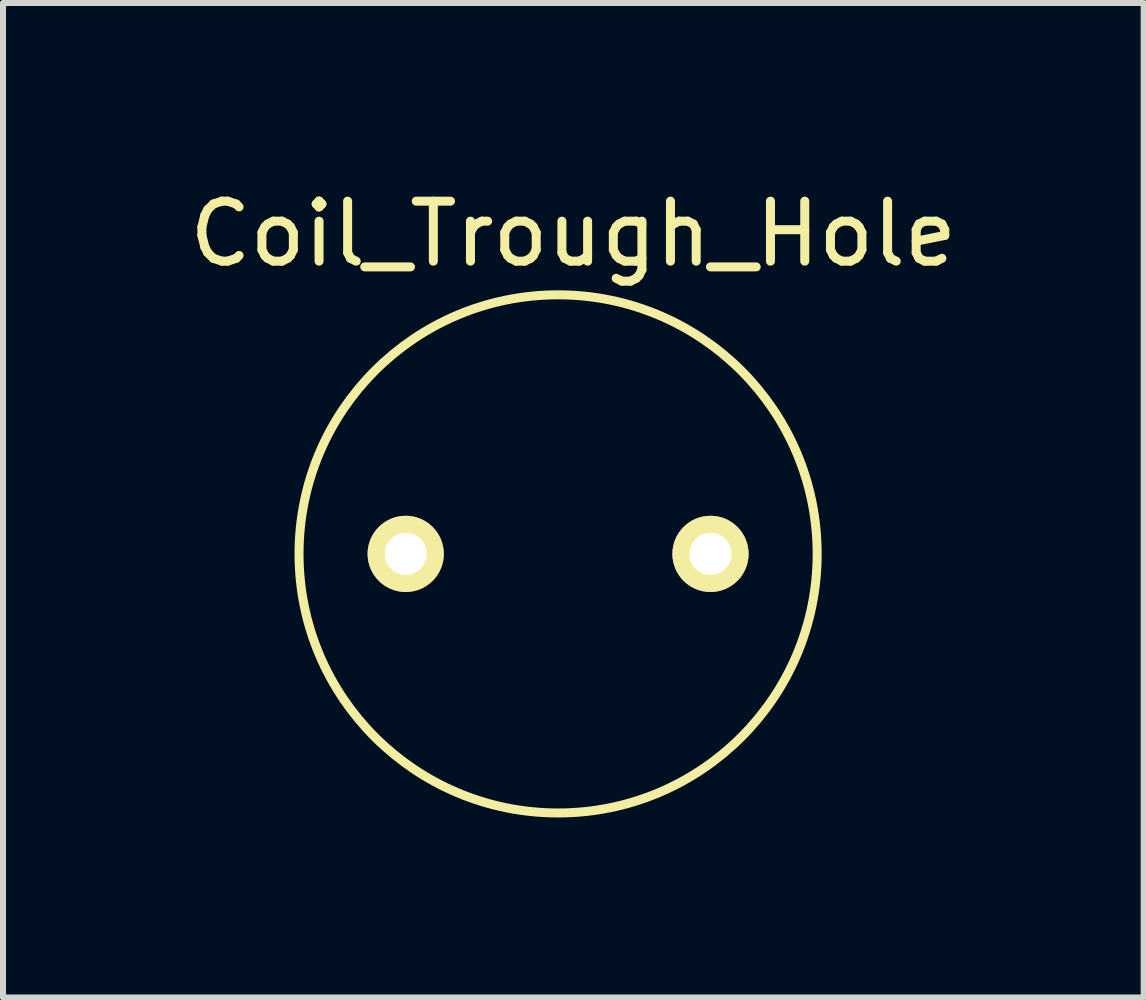
<source format=kicad_pcb>
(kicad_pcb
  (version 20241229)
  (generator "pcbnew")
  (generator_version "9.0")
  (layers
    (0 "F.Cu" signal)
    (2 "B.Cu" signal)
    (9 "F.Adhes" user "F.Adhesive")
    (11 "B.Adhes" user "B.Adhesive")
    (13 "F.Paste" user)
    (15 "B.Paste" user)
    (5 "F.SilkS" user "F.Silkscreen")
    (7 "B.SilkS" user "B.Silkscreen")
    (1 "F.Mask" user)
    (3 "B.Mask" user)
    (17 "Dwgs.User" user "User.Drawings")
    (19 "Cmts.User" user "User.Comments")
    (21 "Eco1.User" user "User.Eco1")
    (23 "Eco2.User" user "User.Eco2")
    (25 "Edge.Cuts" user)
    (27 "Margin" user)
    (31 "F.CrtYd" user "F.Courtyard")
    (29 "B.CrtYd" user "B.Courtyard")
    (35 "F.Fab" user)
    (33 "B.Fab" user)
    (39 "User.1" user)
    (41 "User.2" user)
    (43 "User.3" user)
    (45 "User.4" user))
  (footprint "Coil_Trough_Hole"
    (layer "F.Cu")
    (at 6.252 6.182)
    (property "Reference" "Coil_Trough_Hole" (at 0.254 -5.334 0) (layer "F.SilkS") (effects (font (size 1 1) (thickness 0.15))))
    (attr through_hole)
    (fp_circle (center 0 0) (end 0 -4.318) (stroke (width 0.15) (type solid)) (fill no) (layer "F.SilkS"))
    (pad "1" thru_hole circle (at 2.54 0) (size 1.27 1.27) (drill 0.7) (layers "*.Cu" "*.Mask" "F.SilkS"))
    (pad "2" thru_hole circle (at -2.54 0) (size 1.27 1.27) (drill 0.7) (layers "*.Cu" "*.Mask" "F.SilkS")))
  (gr_rect
    (start -3 -3)
    (end 16.012 13.575)
    (stroke (width 0.1) (type default))
    (fill no)
    (layer "Edge.Cuts")))
</source>
